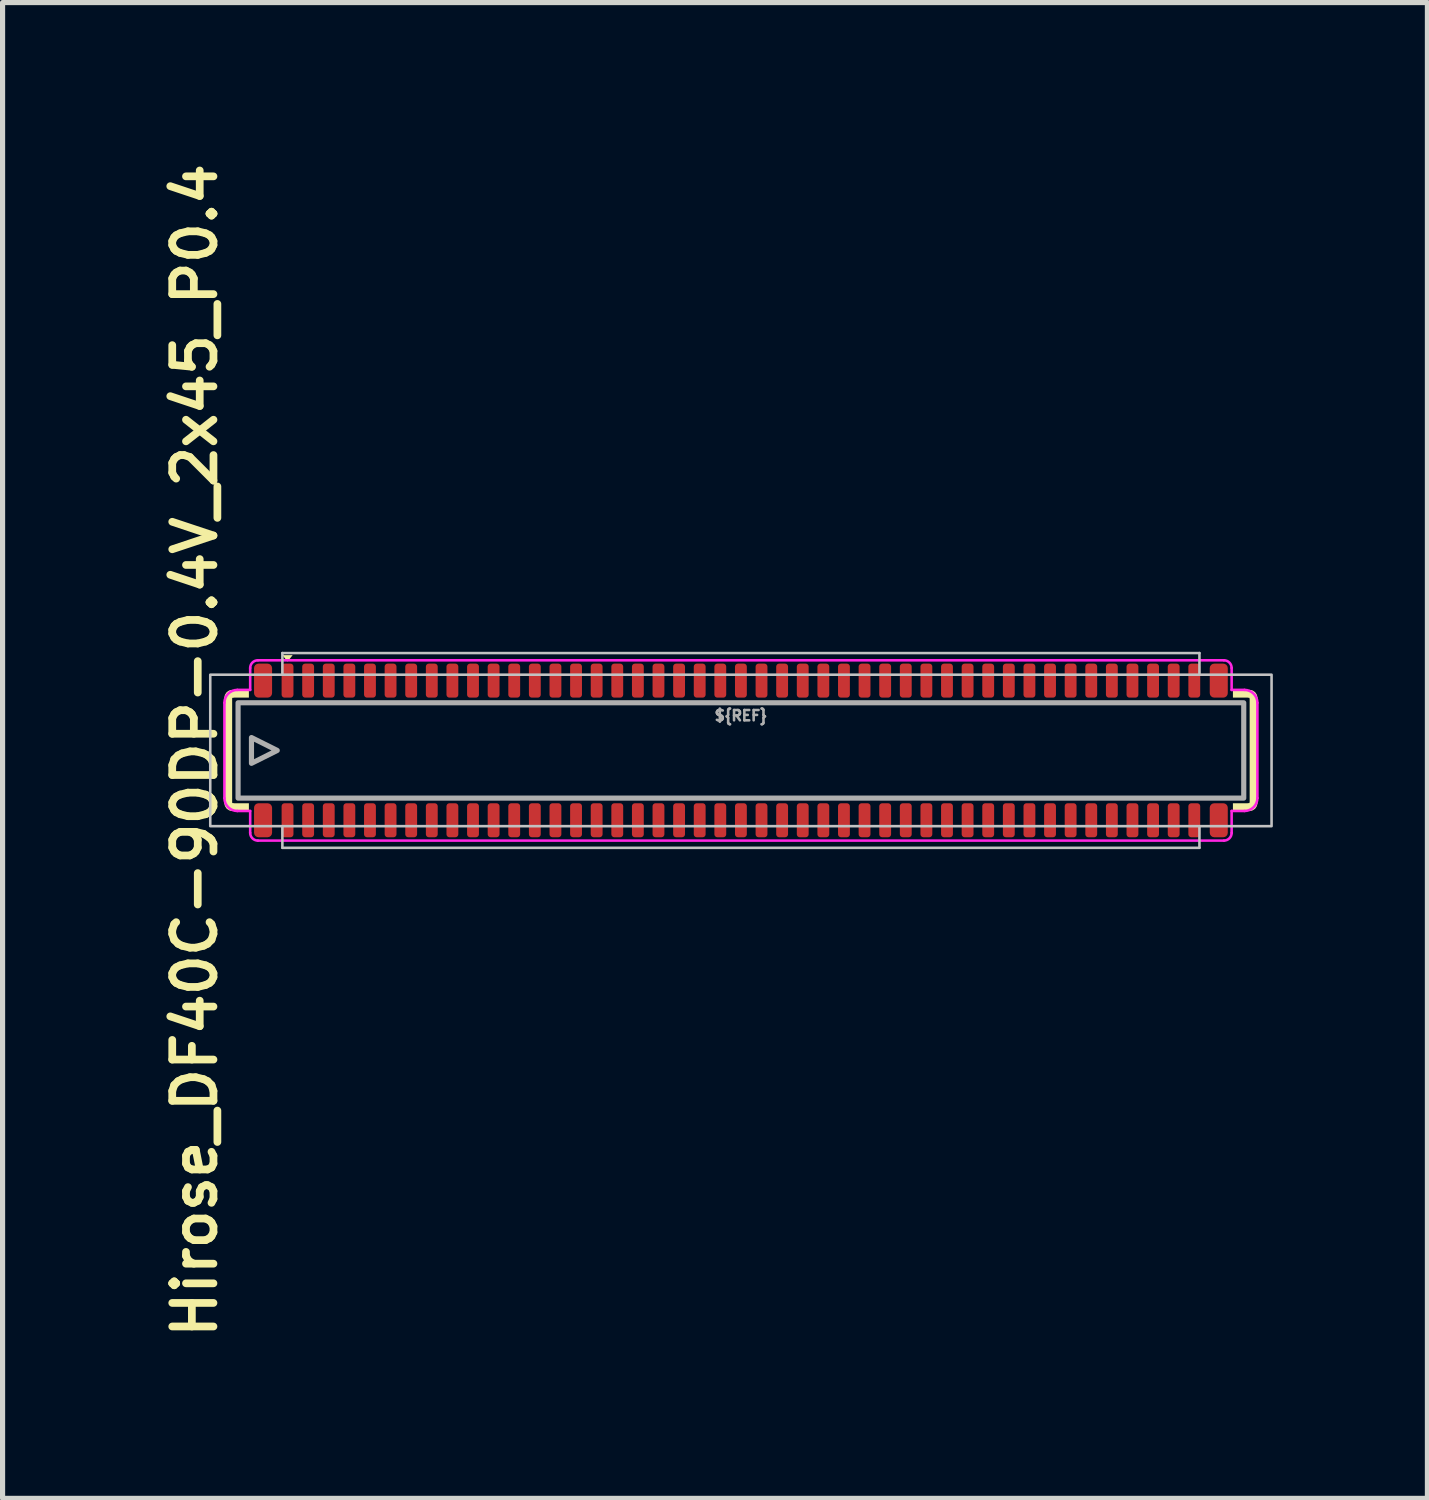
<source format=kicad_pcb>
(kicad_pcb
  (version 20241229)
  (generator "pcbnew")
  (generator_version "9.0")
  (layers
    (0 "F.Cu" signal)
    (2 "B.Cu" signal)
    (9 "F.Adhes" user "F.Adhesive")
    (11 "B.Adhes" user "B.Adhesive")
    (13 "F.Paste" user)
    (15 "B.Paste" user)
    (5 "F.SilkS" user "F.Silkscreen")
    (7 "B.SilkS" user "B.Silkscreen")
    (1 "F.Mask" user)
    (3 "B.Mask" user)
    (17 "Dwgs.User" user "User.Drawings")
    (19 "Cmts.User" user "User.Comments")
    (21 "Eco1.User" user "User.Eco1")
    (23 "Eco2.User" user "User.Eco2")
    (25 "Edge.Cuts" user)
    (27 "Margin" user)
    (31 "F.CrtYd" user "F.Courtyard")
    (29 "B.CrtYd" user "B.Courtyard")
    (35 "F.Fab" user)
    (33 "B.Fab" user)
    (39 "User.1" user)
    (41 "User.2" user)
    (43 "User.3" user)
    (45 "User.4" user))
  (footprint "Hirose_DF40C-90DP-0.4V_2x45_P0.4"
    (layer "F.Cu")
    (at 11.331 11.516)
    (property "Reference" "Hirose_DF40C-90DP-0.4V_2x45_P0.4" (at -10.6 0 90) (unlocked yes) (layer "F.SilkS") (effects (font (size 0.8 0.8) (thickness 0.15))))
    (attr smd)
    (fp_arc (start -9.95 -1.025) (mid -9.928033 -1.078033) (end -9.875 -1.1) (stroke (width 0.15) (type solid)) (layer "F.SilkS"))
    (fp_arc (start -9.875 1.1) (mid -9.928033 1.078033) (end -9.95 1.025) (stroke (width 0.15) (type solid)) (layer "F.SilkS"))
    (fp_arc (start 9.875 -1.1) (mid 9.928033 -1.078033) (end 9.95 -1.025) (stroke (width 0.15) (type solid)) (layer "F.SilkS"))
    (fp_arc (start 9.95 1.025) (mid 9.928033 1.078033) (end 9.875 1.1) (stroke (width 0.15) (type solid)) (layer "F.SilkS"))
    (fp_poly (pts (xy -8.8 -1.725) (xy -8.9 -1.85) (xy -8.7 -1.85)) (stroke (width 0) (type solid)) (fill yes) (layer "F.SilkS"))
    (fp_poly (pts (xy -9.55 -1.025) (xy -9.875 -1.025) (xy -9.875 1.025) (xy -9.55 1.025) (xy -9.55 1.175) (xy -9.875 1.175) (xy -10.025 1.025) (xy -10.025 -1.025) (xy -9.875 -1.175) (xy -9.55 -1.175)) (stroke (width 0) (type solid)) (fill yes) (layer "F.SilkS"))
    (fp_poly (pts (xy 9.55 1.025) (xy 9.875 1.025) (xy 9.875 -1.025) (xy 9.55 -1.025) (xy 9.55 -1.175) (xy 9.875 -1.175) (xy 10.025 -1.025) (xy 10.025 1.025) (xy 9.875 1.175) (xy 9.55 1.175)) (stroke (width 0) (type solid)) (fill yes) (layer "F.SilkS"))
    (fp_line (start -8.9 -1.89) (end -8.9 -1.48) (stroke (width 0.05) (type solid)) (layer "Dwgs.User"))
    (fp_line (start -8.9 -1.89) (end 8.9 -1.89) (stroke (width 0.05) (type solid)) (layer "Dwgs.User"))
    (fp_line (start -8.9 1.89) (end -8.9 1.47) (stroke (width 0.05) (type solid)) (layer "Dwgs.User"))
    (fp_line (start -8.9 1.89) (end 8.9 1.89) (stroke (width 0.05) (type solid)) (layer "Dwgs.User"))
    (fp_line (start 8.9 -1.89) (end 8.9 -1.47) (stroke (width 0.05) (type solid)) (layer "Dwgs.User"))
    (fp_line (start 8.9 1.89) (end 8.9 1.47) (stroke (width 0.05) (type solid)) (layer "Dwgs.User"))
    (fp_rect (start -10.3 -1.47) (end 10.3 1.47) (stroke (width 0.05) (type solid)) (fill no) (layer "Dwgs.User"))
    (fp_line (start -10.025 -0.925) (end -10.025 0.925) (stroke (width 0.05) (type solid)) (layer "F.CrtYd"))
    (fp_line (start -9.525 -1.6) (end -9.525 -1.175) (stroke (width 0.05) (type solid)) (layer "F.CrtYd"))
    (fp_line (start -9.525 -1.175) (end -9.775 -1.175) (stroke (width 0.05) (type solid)) (layer "F.CrtYd"))
    (fp_line (start -9.525 1.175) (end -9.775 1.175) (stroke (width 0.05) (type solid)) (layer "F.CrtYd"))
    (fp_line (start -9.525 1.6) (end -9.525 1.175) (stroke (width 0.05) (type solid)) (layer "F.CrtYd"))
    (fp_line (start -9.375 1.75) (end 9.375 1.75) (stroke (width 0.05) (type solid)) (layer "F.CrtYd"))
    (fp_line (start 9.375 -1.75) (end -9.375 -1.75) (stroke (width 0.05) (type solid)) (layer "F.CrtYd"))
    (fp_line (start 9.525 -1.6) (end 9.525 -1.175) (stroke (width 0.05) (type solid)) (layer "F.CrtYd"))
    (fp_line (start 9.525 -1.175) (end 9.775 -1.175) (stroke (width 0.05) (type solid)) (layer "F.CrtYd"))
    (fp_line (start 9.525 1.175) (end 9.775 1.175) (stroke (width 0.05) (type solid)) (layer "F.CrtYd"))
    (fp_line (start 9.525 1.6) (end 9.525 1.175) (stroke (width 0.05) (type solid)) (layer "F.CrtYd"))
    (fp_line (start 10.025 0.925) (end 10.025 -0.925) (stroke (width 0.05) (type solid)) (layer "F.CrtYd"))
    (fp_arc (start -10.025 -0.925) (mid -9.951777 -1.101777) (end -9.775 -1.175) (stroke (width 0.05) (type solid)) (layer "F.CrtYd"))
    (fp_arc (start -9.775 1.175) (mid -9.951777 1.101777) (end -10.025 0.925) (stroke (width 0.05) (type solid)) (layer "F.CrtYd"))
    (fp_arc (start -9.525 -1.6) (mid -9.481066 -1.706066) (end -9.375 -1.75) (stroke (width 0.05) (type solid)) (layer "F.CrtYd"))
    (fp_arc (start -9.375 1.75) (mid -9.481066 1.706066) (end -9.525 1.6) (stroke (width 0.05) (type solid)) (layer "F.CrtYd"))
    (fp_arc (start 9.375 -1.75) (mid 9.481066 -1.706066) (end 9.525 -1.6) (stroke (width 0.05) (type solid)) (layer "F.CrtYd"))
    (fp_arc (start 9.525 1.6) (mid 9.481066 1.706066) (end 9.375 1.75) (stroke (width 0.05) (type solid)) (layer "F.CrtYd"))
    (fp_arc (start 9.775 -1.175) (mid 9.951777 -1.101777) (end 10.025 -0.925) (stroke (width 0.05) (type solid)) (layer "F.CrtYd"))
    (fp_arc (start 10.025 0.925) (mid 9.951777 1.101777) (end 9.775 1.175) (stroke (width 0.05) (type solid)) (layer "F.CrtYd"))
    (fp_rect (start -9.76 -0.925) (end 9.76 0.925) (stroke (width 0.1) (type solid)) (fill no) (layer "F.Fab"))
    (fp_poly (pts (xy -9 0) (xy -9.5 0.25) (xy -9.5 -0.25)) (stroke (width 0.1) (type solid)) (fill no) (layer "F.Fab"))
    (fp_text user "${REF}" (at 0 -0.675 0) (unlocked yes) (layer "F.Fab") (effects (font (size 0.2 0.2) (thickness 0.05))))
    (pad "1" smd roundrect (at -8.8 -1.355) (size 0.23 0.66) (layers "F.Cu" "F.Mask" "F.Paste") (roundrect_rratio 0.25))
    (pad "2" smd roundrect (at -8.8 1.355) (size 0.23 0.66) (layers "F.Cu" "F.Mask" "F.Paste") (roundrect_rratio 0.25))
    (pad "3" smd roundrect (at -8.4 -1.355) (size 0.23 0.66) (layers "F.Cu" "F.Mask" "F.Paste") (roundrect_rratio 0.25))
    (pad "4" smd roundrect (at -8.4 1.355) (size 0.23 0.66) (layers "F.Cu" "F.Mask" "F.Paste") (roundrect_rratio 0.25))
    (pad "5" smd roundrect (at -8 -1.355) (size 0.23 0.66) (layers "F.Cu" "F.Mask" "F.Paste") (roundrect_rratio 0.25))
    (pad "6" smd roundrect (at -8 1.355) (size 0.23 0.66) (layers "F.Cu" "F.Mask" "F.Paste") (roundrect_rratio 0.25))
    (pad "7" smd roundrect (at -7.6 -1.355) (size 0.23 0.66) (layers "F.Cu" "F.Mask" "F.Paste") (roundrect_rratio 0.25))
    (pad "8" smd roundrect (at -7.6 1.355) (size 0.23 0.66) (layers "F.Cu" "F.Mask" "F.Paste") (roundrect_rratio 0.25))
    (pad "9" smd roundrect (at -7.2 -1.355) (size 0.23 0.66) (layers "F.Cu" "F.Mask" "F.Paste") (roundrect_rratio 0.25))
    (pad "10" smd roundrect (at -7.2 1.355) (size 0.23 0.66) (layers "F.Cu" "F.Mask" "F.Paste") (roundrect_rratio 0.25))
    (pad "11" smd roundrect (at -6.8 -1.355) (size 0.23 0.66) (layers "F.Cu" "F.Mask" "F.Paste") (roundrect_rratio 0.25))
    (pad "12" smd roundrect (at -6.8 1.355) (size 0.23 0.66) (layers "F.Cu" "F.Mask" "F.Paste") (roundrect_rratio 0.25))
    (pad "13" smd roundrect (at -6.4 -1.355) (size 0.23 0.66) (layers "F.Cu" "F.Mask" "F.Paste") (roundrect_rratio 0.25))
    (pad "14" smd roundrect (at -6.4 1.355) (size 0.23 0.66) (layers "F.Cu" "F.Mask" "F.Paste") (roundrect_rratio 0.25))
    (pad "15" smd roundrect (at -6 -1.355) (size 0.23 0.66) (layers "F.Cu" "F.Mask" "F.Paste") (roundrect_rratio 0.25))
    (pad "16" smd roundrect (at -6 1.355) (size 0.23 0.66) (layers "F.Cu" "F.Mask" "F.Paste") (roundrect_rratio 0.25))
    (pad "17" smd roundrect (at -5.6 -1.355) (size 0.23 0.66) (layers "F.Cu" "F.Mask" "F.Paste") (roundrect_rratio 0.25))
    (pad "18" smd roundrect (at -5.6 1.355) (size 0.23 0.66) (layers "F.Cu" "F.Mask" "F.Paste") (roundrect_rratio 0.25))
    (pad "19" smd roundrect (at -5.2 -1.355) (size 0.23 0.66) (layers "F.Cu" "F.Mask" "F.Paste") (roundrect_rratio 0.25))
    (pad "20" smd roundrect (at -5.2 1.355) (size 0.23 0.66) (layers "F.Cu" "F.Mask" "F.Paste") (roundrect_rratio 0.25))
    (pad "21" smd roundrect (at -4.8 -1.355) (size 0.23 0.66) (layers "F.Cu" "F.Mask" "F.Paste") (roundrect_rratio 0.25))
    (pad "22" smd roundrect (at -4.8 1.355) (size 0.23 0.66) (layers "F.Cu" "F.Mask" "F.Paste") (roundrect_rratio 0.25))
    (pad "23" smd roundrect (at -4.4 -1.355) (size 0.23 0.66) (layers "F.Cu" "F.Mask" "F.Paste") (roundrect_rratio 0.25))
    (pad "24" smd roundrect (at -4.4 1.355) (size 0.23 0.66) (layers "F.Cu" "F.Mask" "F.Paste") (roundrect_rratio 0.25))
    (pad "25" smd roundrect (at -4 -1.355) (size 0.23 0.66) (layers "F.Cu" "F.Mask" "F.Paste") (roundrect_rratio 0.25))
    (pad "26" smd roundrect (at -4 1.355) (size 0.23 0.66) (layers "F.Cu" "F.Mask" "F.Paste") (roundrect_rratio 0.25))
    (pad "27" smd roundrect (at -3.6 -1.355) (size 0.23 0.66) (layers "F.Cu" "F.Mask" "F.Paste") (roundrect_rratio 0.25))
    (pad "28" smd roundrect (at -3.6 1.355) (size 0.23 0.66) (layers "F.Cu" "F.Mask" "F.Paste") (roundrect_rratio 0.25))
    (pad "29" smd roundrect (at -3.2 -1.355) (size 0.23 0.66) (layers "F.Cu" "F.Mask" "F.Paste") (roundrect_rratio 0.25))
    (pad "30" smd roundrect (at -3.2 1.355) (size 0.23 0.66) (layers "F.Cu" "F.Mask" "F.Paste") (roundrect_rratio 0.25))
    (pad "31" smd roundrect (at -2.8 -1.355) (size 0.23 0.66) (layers "F.Cu" "F.Mask" "F.Paste") (roundrect_rratio 0.25))
    (pad "32" smd roundrect (at -2.8 1.355) (size 0.23 0.66) (layers "F.Cu" "F.Mask" "F.Paste") (roundrect_rratio 0.25))
    (pad "33" smd roundrect (at -2.4 -1.355) (size 0.23 0.66) (layers "F.Cu" "F.Mask" "F.Paste") (roundrect_rratio 0.25))
    (pad "34" smd roundrect (at -2.4 1.355) (size 0.23 0.66) (layers "F.Cu" "F.Mask" "F.Paste") (roundrect_rratio 0.25))
    (pad "35" smd roundrect (at -2 -1.355) (size 0.23 0.66) (layers "F.Cu" "F.Mask" "F.Paste") (roundrect_rratio 0.25))
    (pad "36" smd roundrect (at -2 1.355) (size 0.23 0.66) (layers "F.Cu" "F.Mask" "F.Paste") (roundrect_rratio 0.25))
    (pad "37" smd roundrect (at -1.6 -1.355) (size 0.23 0.66) (layers "F.Cu" "F.Mask" "F.Paste") (roundrect_rratio 0.25))
    (pad "38" smd roundrect (at -1.6 1.355) (size 0.23 0.66) (layers "F.Cu" "F.Mask" "F.Paste") (roundrect_rratio 0.25))
    (pad "39" smd roundrect (at -1.2 -1.355) (size 0.23 0.66) (layers "F.Cu" "F.Mask" "F.Paste") (roundrect_rratio 0.25))
    (pad "40" smd roundrect (at -1.2 1.355) (size 0.23 0.66) (layers "F.Cu" "F.Mask" "F.Paste") (roundrect_rratio 0.25))
    (pad "41" smd roundrect (at -0.8 -1.355) (size 0.23 0.66) (layers "F.Cu" "F.Mask" "F.Paste") (roundrect_rratio 0.25))
    (pad "42" smd roundrect (at -0.8 1.355) (size 0.23 0.66) (layers "F.Cu" "F.Mask" "F.Paste") (roundrect_rratio 0.25))
    (pad "43" smd roundrect (at -0.4 -1.355) (size 0.23 0.66) (layers "F.Cu" "F.Mask" "F.Paste") (roundrect_rratio 0.25))
    (pad "44" smd roundrect (at -0.4 1.355) (size 0.23 0.66) (layers "F.Cu" "F.Mask" "F.Paste") (roundrect_rratio 0.25))
    (pad "45" smd roundrect (at 0 -1.355) (size 0.23 0.66) (layers "F.Cu" "F.Mask" "F.Paste") (roundrect_rratio 0.25))
    (pad "46" smd roundrect (at 0 1.355) (size 0.23 0.66) (layers "F.Cu" "F.Mask" "F.Paste") (roundrect_rratio 0.25))
    (pad "47" smd roundrect (at 0.4 -1.355) (size 0.23 0.66) (layers "F.Cu" "F.Mask" "F.Paste") (roundrect_rratio 0.25))
    (pad "48" smd roundrect (at 0.4 1.355) (size 0.23 0.66) (layers "F.Cu" "F.Mask" "F.Paste") (roundrect_rratio 0.25))
    (pad "49" smd roundrect (at 0.8 -1.355) (size 0.23 0.66) (layers "F.Cu" "F.Mask" "F.Paste") (roundrect_rratio 0.25))
    (pad "50" smd roundrect (at 0.8 1.355) (size 0.23 0.66) (layers "F.Cu" "F.Mask" "F.Paste") (roundrect_rratio 0.25))
    (pad "51" smd roundrect (at 1.2 -1.355) (size 0.23 0.66) (layers "F.Cu" "F.Mask" "F.Paste") (roundrect_rratio 0.25))
    (pad "52" smd roundrect (at 1.2 1.355) (size 0.23 0.66) (layers "F.Cu" "F.Mask" "F.Paste") (roundrect_rratio 0.25))
    (pad "53" smd roundrect (at 1.6 -1.355) (size 0.23 0.66) (layers "F.Cu" "F.Mask" "F.Paste") (roundrect_rratio 0.25))
    (pad "54" smd roundrect (at 1.6 1.355) (size 0.23 0.66) (layers "F.Cu" "F.Mask" "F.Paste") (roundrect_rratio 0.25))
    (pad "55" smd roundrect (at 2 -1.355) (size 0.23 0.66) (layers "F.Cu" "F.Mask" "F.Paste") (roundrect_rratio 0.25))
    (pad "56" smd roundrect (at 2 1.355) (size 0.23 0.66) (layers "F.Cu" "F.Mask" "F.Paste") (roundrect_rratio 0.25))
    (pad "57" smd roundrect (at 2.4 -1.355) (size 0.23 0.66) (layers "F.Cu" "F.Mask" "F.Paste") (roundrect_rratio 0.25))
    (pad "58" smd roundrect (at 2.4 1.355) (size 0.23 0.66) (layers "F.Cu" "F.Mask" "F.Paste") (roundrect_rratio 0.25))
    (pad "59" smd roundrect (at 2.8 -1.355) (size 0.23 0.66) (layers "F.Cu" "F.Mask" "F.Paste") (roundrect_rratio 0.25))
    (pad "60" smd roundrect (at 2.8 1.355) (size 0.23 0.66) (layers "F.Cu" "F.Mask" "F.Paste") (roundrect_rratio 0.25))
    (pad "61" smd roundrect (at 3.2 -1.355) (size 0.23 0.66) (layers "F.Cu" "F.Mask" "F.Paste") (roundrect_rratio 0.25))
    (pad "62" smd roundrect (at 3.2 1.355) (size 0.23 0.66) (layers "F.Cu" "F.Mask" "F.Paste") (roundrect_rratio 0.25))
    (pad "63" smd roundrect (at 3.6 -1.355) (size 0.23 0.66) (layers "F.Cu" "F.Mask" "F.Paste") (roundrect_rratio 0.25))
    (pad "64" smd roundrect (at 3.6 1.355) (size 0.23 0.66) (layers "F.Cu" "F.Mask" "F.Paste") (roundrect_rratio 0.25))
    (pad "65" smd roundrect (at 4 -1.355) (size 0.23 0.66) (layers "F.Cu" "F.Mask" "F.Paste") (roundrect_rratio 0.25))
    (pad "66" smd roundrect (at 4 1.355) (size 0.23 0.66) (layers "F.Cu" "F.Mask" "F.Paste") (roundrect_rratio 0.25))
    (pad "67" smd roundrect (at 4.4 -1.355) (size 0.23 0.66) (layers "F.Cu" "F.Mask" "F.Paste") (roundrect_rratio 0.25))
    (pad "68" smd roundrect (at 4.4 1.355) (size 0.23 0.66) (layers "F.Cu" "F.Mask" "F.Paste") (roundrect_rratio 0.25))
    (pad "69" smd roundrect (at 4.8 -1.355) (size 0.23 0.66) (layers "F.Cu" "F.Mask" "F.Paste") (roundrect_rratio 0.25))
    (pad "70" smd roundrect (at 4.8 1.355) (size 0.23 0.66) (layers "F.Cu" "F.Mask" "F.Paste") (roundrect_rratio 0.25))
    (pad "71" smd roundrect (at 5.2 -1.355) (size 0.23 0.66) (layers "F.Cu" "F.Mask" "F.Paste") (roundrect_rratio 0.25))
    (pad "72" smd roundrect (at 5.2 1.355) (size 0.23 0.66) (layers "F.Cu" "F.Mask" "F.Paste") (roundrect_rratio 0.25))
    (pad "73" smd roundrect (at 5.6 -1.355) (size 0.23 0.66) (layers "F.Cu" "F.Mask" "F.Paste") (roundrect_rratio 0.25))
    (pad "74" smd roundrect (at 5.6 1.355) (size 0.23 0.66) (layers "F.Cu" "F.Mask" "F.Paste") (roundrect_rratio 0.25))
    (pad "75" smd roundrect (at 6 -1.355) (size 0.23 0.66) (layers "F.Cu" "F.Mask" "F.Paste") (roundrect_rratio 0.25))
    (pad "76" smd roundrect (at 6 1.355) (size 0.23 0.66) (layers "F.Cu" "F.Mask" "F.Paste") (roundrect_rratio 0.25))
    (pad "77" smd roundrect (at 6.4 -1.355) (size 0.23 0.66) (layers "F.Cu" "F.Mask" "F.Paste") (roundrect_rratio 0.25))
    (pad "78" smd roundrect (at 6.4 1.355) (size 0.23 0.66) (layers "F.Cu" "F.Mask" "F.Paste") (roundrect_rratio 0.25))
    (pad "79" smd roundrect (at 6.8 -1.355) (size 0.23 0.66) (layers "F.Cu" "F.Mask" "F.Paste") (roundrect_rratio 0.25))
    (pad "80" smd roundrect (at 6.8 1.355) (size 0.23 0.66) (layers "F.Cu" "F.Mask" "F.Paste") (roundrect_rratio 0.25))
    (pad "81" smd roundrect (at 7.2 -1.355) (size 0.23 0.66) (layers "F.Cu" "F.Mask" "F.Paste") (roundrect_rratio 0.25))
    (pad "82" smd roundrect (at 7.2 1.355) (size 0.23 0.66) (layers "F.Cu" "F.Mask" "F.Paste") (roundrect_rratio 0.25))
    (pad "83" smd roundrect (at 7.6 -1.355) (size 0.23 0.66) (layers "F.Cu" "F.Mask" "F.Paste") (roundrect_rratio 0.25))
    (pad "84" smd roundrect (at 7.6 1.355) (size 0.23 0.66) (layers "F.Cu" "F.Mask" "F.Paste") (roundrect_rratio 0.25))
    (pad "85" smd roundrect (at 8 -1.355) (size 0.23 0.66) (layers "F.Cu" "F.Mask" "F.Paste") (roundrect_rratio 0.25))
    (pad "86" smd roundrect (at 8 1.355) (size 0.23 0.66) (layers "F.Cu" "F.Mask" "F.Paste") (roundrect_rratio 0.25))
    (pad "87" smd roundrect (at 8.4 -1.355) (size 0.23 0.66) (layers "F.Cu" "F.Mask" "F.Paste") (roundrect_rratio 0.25))
    (pad "88" smd roundrect (at 8.4 1.355) (size 0.23 0.66) (layers "F.Cu" "F.Mask" "F.Paste") (roundrect_rratio 0.25))
    (pad "89" smd roundrect (at 8.8 -1.355) (size 0.23 0.66) (layers "F.Cu" "F.Mask" "F.Paste") (roundrect_rratio 0.25))
    (pad "90" smd roundrect (at 8.8 1.355) (size 0.23 0.66) (layers "F.Cu" "F.Mask" "F.Paste") (roundrect_rratio 0.25))
    (pad "MP" smd roundrect (at -9.275 -1.355) (size 0.35 0.66) (layers "F.Cu" "F.Mask" "F.Paste") (roundrect_rratio 0.25))
    (pad "MP" smd roundrect (at -9.275 1.355) (size 0.35 0.66) (layers "F.Cu" "F.Mask" "F.Paste") (roundrect_rratio 0.25))
    (pad "MP" smd roundrect (at 9.275 -1.355) (size 0.35 0.66) (layers "F.Cu" "F.Mask" "F.Paste") (roundrect_rratio 0.25))
    (pad "MP" smd roundrect (at 9.275 1.355) (size 0.35 0.66) (layers "F.Cu" "F.Mask" "F.Paste") (roundrect_rratio 0.25)))
  (gr_rect
    (start -3 -3)
    (end 24.656 26.033)
    (stroke (width 0.1) (type default))
    (fill no)
    (layer "Edge.Cuts")))
</source>
